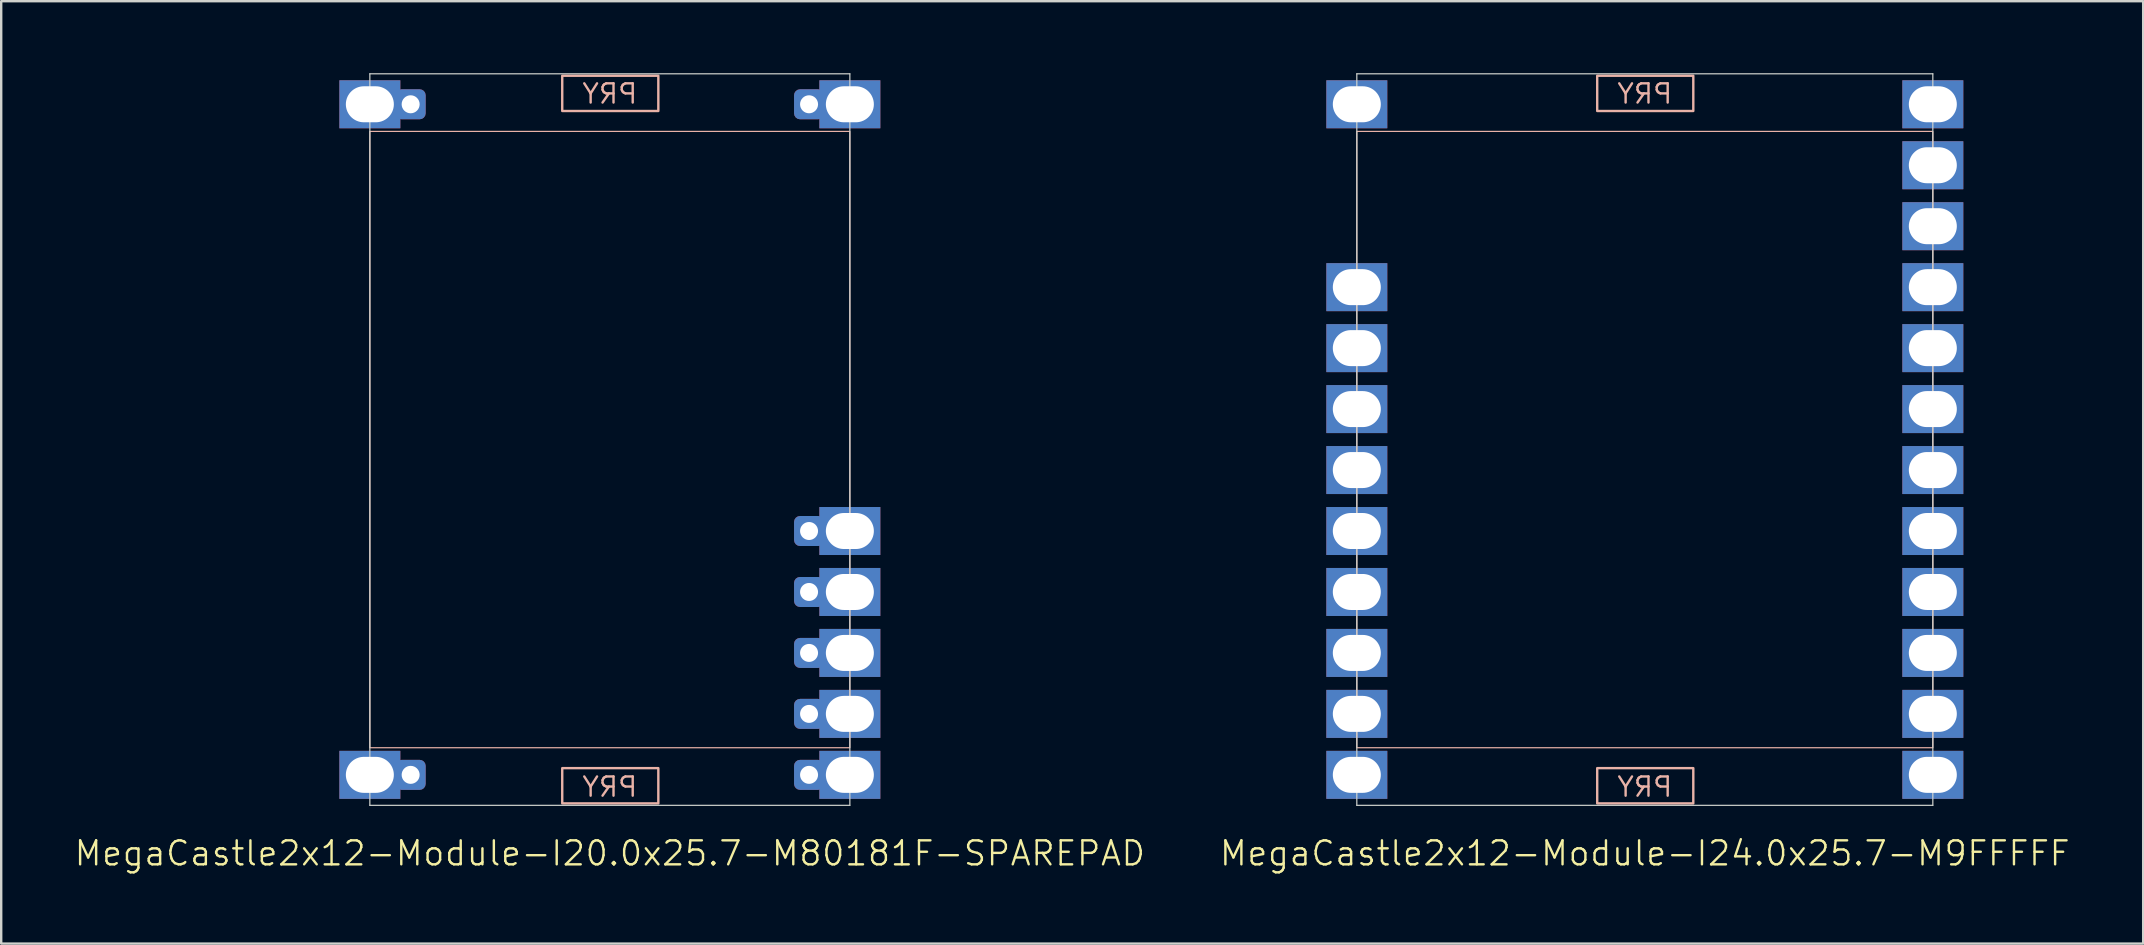
<source format=kicad_pcb>
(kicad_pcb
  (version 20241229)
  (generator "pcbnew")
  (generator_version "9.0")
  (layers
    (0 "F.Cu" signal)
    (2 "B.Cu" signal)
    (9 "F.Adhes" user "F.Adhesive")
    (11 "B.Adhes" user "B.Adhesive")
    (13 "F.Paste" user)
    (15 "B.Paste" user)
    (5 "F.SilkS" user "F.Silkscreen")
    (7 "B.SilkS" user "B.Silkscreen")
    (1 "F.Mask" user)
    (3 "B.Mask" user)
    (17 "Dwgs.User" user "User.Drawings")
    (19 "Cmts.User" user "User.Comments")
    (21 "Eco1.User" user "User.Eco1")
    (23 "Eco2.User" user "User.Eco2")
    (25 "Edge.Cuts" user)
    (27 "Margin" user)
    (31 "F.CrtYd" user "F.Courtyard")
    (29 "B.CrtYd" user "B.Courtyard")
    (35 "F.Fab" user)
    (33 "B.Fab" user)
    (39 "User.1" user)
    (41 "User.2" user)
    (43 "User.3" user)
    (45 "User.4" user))
  (footprint "MegaCastle2x12-Module-I20.0x25.7-M80181F-SPAREPAD"
    (layer "F.Cu")
    (at 22.36 15.265)
    (property "Reference" "MegaCastle2x12-Module-I20.0x25.7-M80181F-SPAREPAD" (at 0 17.24 0) (unlocked yes) (layer "F.SilkS") (effects (font (size 1 1) (thickness 0.1))))
    (attr smd)
    (fp_rect (start -10 12.84) (end 10 -12.84) (stroke (width 0.05) (type default)) (fill no) (layer "B.SilkS"))
    (fp_rect (start -1.984 -13.691) (end 2.02 -15.16) (stroke (width 0.1) (type default)) (fill no) (layer "B.SilkS"))
    (fp_rect (start -1.984 13.691) (end 2.02 15.16) (stroke (width 0.1) (type default)) (fill no) (layer "B.SilkS"))
    (fp_line (start -10 -15.24) (end -10 15.24) (stroke (width 0.05) (type default)) (layer "Edge.Cuts"))
    (fp_line (start -10 -15.24) (end 10 -15.24) (stroke (width 0.05) (type default)) (layer "Edge.Cuts"))
    (fp_line (start -10 15.24) (end 10 15.24) (stroke (width 0.05) (type default)) (layer "Edge.Cuts"))
    (fp_line (start 10 -15.24) (end 10 15.24) (stroke (width 0.05) (type default)) (layer "Edge.Cuts"))
    (fp_text user "PRY" (at 0 14.94 0) (unlocked yes) (layer "B.SilkS") (effects (font (size 0.8 0.8) (thickness 0.1)) (justify bottom mirror)))
    (fp_text user "PRY" (at 0 -13.94 0) (unlocked yes) (layer "B.SilkS") (effects (font (size 0.8 0.8) (thickness 0.1)) (justify bottom mirror)))
    (pad "1" thru_hole rect (at -10 -13.97) (size 2.54 2) (drill oval 2 1.5) (property pad_prop_castellated) (layers "*.Cu" "*.Mask"))
    (pad "1" thru_hole roundrect (at -8.3 -13.97 180) (size 1.25 1.25) (drill 0.75) (layers "*.Cu" "*.Mask") (roundrect_rratio 0.2))
    (pad "12" thru_hole rect (at -10 13.97) (size 2.54 2) (drill oval 2 1.5) (property pad_prop_castellated) (layers "*.Cu" "*.Mask"))
    (pad "12" thru_hole roundrect (at -8.3 13.97 180) (size 1.25 1.25) (drill 0.75) (layers "*.Cu" "*.Mask") (roundrect_rratio 0.2))
    (pad "13" thru_hole roundrect (at 8.3 -13.97 180) (size 1.25 1.25) (drill 0.75) (layers "*.Cu" "*.Mask") (roundrect_rratio 0.2))
    (pad "13" thru_hole rect (at 10 -13.97) (size 2.54 2) (drill oval 2 1.5) (property pad_prop_castellated) (layers "*.Cu" "*.Mask"))
    (pad "20" thru_hole roundrect (at 8.3 3.81 180) (size 1.25 1.25) (drill 0.75) (layers "*.Cu" "*.Mask") (roundrect_rratio 0.2))
    (pad "20" thru_hole rect (at 10 3.81) (size 2.54 2) (drill oval 2 1.5) (property pad_prop_castellated) (layers "*.Cu" "*.Mask"))
    (pad "21" thru_hole roundrect (at 8.3 6.35 180) (size 1.25 1.25) (drill 0.75) (layers "*.Cu" "*.Mask") (roundrect_rratio 0.2))
    (pad "21" thru_hole rect (at 10 6.35) (size 2.54 2) (drill oval 2 1.5) (property pad_prop_castellated) (layers "*.Cu" "*.Mask"))
    (pad "22" thru_hole roundrect (at 8.3 8.89 180) (size 1.25 1.25) (drill 0.75) (layers "*.Cu" "*.Mask") (roundrect_rratio 0.2))
    (pad "22" thru_hole rect (at 10 8.89) (size 2.54 2) (drill oval 2 1.5) (property pad_prop_castellated) (layers "*.Cu" "*.Mask"))
    (pad "23" thru_hole roundrect (at 8.3 11.43 180) (size 1.25 1.25) (drill 0.75) (layers "*.Cu" "*.Mask") (roundrect_rratio 0.2))
    (pad "23" thru_hole rect (at 10 11.43) (size 2.54 2) (drill oval 2 1.5) (property pad_prop_castellated) (layers "*.Cu" "*.Mask"))
    (pad "24" thru_hole roundrect (at 8.3 13.97 180) (size 1.25 1.25) (drill 0.75) (layers "*.Cu" "*.Mask") (roundrect_rratio 0.2))
    (pad "24" thru_hole rect (at 10 13.97) (size 2.54 2) (drill oval 2 1.5) (property pad_prop_castellated) (layers "*.Cu" "*.Mask"))
    (zone (net_name "") (layer "B.Cu") (hatch edge 0.5) (connect_pads) (min_thickness 0.25) (filled_areas_thickness no) (keepout (tracks allowed) (vias allowed) (pads allowed) (copperpour allowed) (footprints not_allowed)) (placement (enabled no)) (fill) (polygon (pts (xy 12.36 30.505) (xy 12.36 0.025))))
    (zone (net_name "") (layer "B.Cu") (hatch edge 0.5) (connect_pads) (min_thickness 0.25) (filled_areas_thickness no) (keepout (tracks allowed) (vias allowed) (pads allowed) (copperpour allowed) (footprints not_allowed)) (placement (enabled no)) (fill) (polygon (pts (xy 32.36 30.505) (xy 32.36 0.025))))
    (zone (net_name "") (layer "B.Cu") (hatch edge 0.5) (connect_pads) (min_thickness 0.25) (filled_areas_thickness no) (keepout (tracks allowed) (vias allowed) (pads allowed) (copperpour allowed) (footprints not_allowed)) (placement (enabled no)) (fill) (polygon (pts (xy 12.36 0.025) (xy 12.36 2.425) (xy 32.36 2.425) (xy 32.36 0.025))))
    (zone (net_name "") (layer "B.Cu") (hatch edge 0.5) (connect_pads) (min_thickness 0.25) (filled_areas_thickness no) (keepout (tracks allowed) (vias allowed) (pads allowed) (copperpour allowed) (footprints not_allowed)) (placement (enabled no)) (fill) (polygon (pts (xy 12.36 30.505) (xy 12.36 28.105) (xy 32.36 28.105) (xy 32.36 30.505))))
    (zone (net_name "") (layer "B.Cu") (name "Upper Pry Zone") (hatch edge 0.5) (connect_pads) (min_thickness 0.25) (filled_areas_thickness no) (keepout (tracks not_allowed) (vias not_allowed) (pads not_allowed) (copperpour allowed) (footprints not_allowed)) (placement (enabled no)) (fill) (polygon (pts (xy 20.375 1.574) (xy 20.375 0.105) (xy 24.379 0.105) (xy 24.379 1.574))))
    (zone (net_name "") (layer "B.Cu") (name "Upper Pry Zone") (hatch edge 0.5) (connect_pads) (min_thickness 0.25) (filled_areas_thickness no) (keepout (tracks not_allowed) (vias not_allowed) (pads not_allowed) (copperpour allowed) (footprints not_allowed)) (placement (enabled no)) (fill) (polygon (pts (xy 20.375 28.956) (xy 20.375 30.425) (xy 24.379 30.425) (xy 24.379 28.956)))))
  (footprint "MegaCastle2x12-Module-I24.0x25.7-M9FFFFF"
    (layer "F.Cu")
    (at 65.483 15.265)
    (property "Reference" "MegaCastle2x12-Module-I24.0x25.7-M9FFFFF" (at 0 17.24 0) (unlocked yes) (layer "F.SilkS") (effects (font (size 1 1) (thickness 0.1))))
    (attr smd)
    (fp_rect (start -12 12.84) (end 12 -12.84) (stroke (width 0.05) (type default)) (fill no) (layer "B.SilkS"))
    (fp_rect (start -1.984 -13.691) (end 2.02 -15.16) (stroke (width 0.1) (type default)) (fill no) (layer "B.SilkS"))
    (fp_rect (start -1.984 13.691) (end 2.02 15.16) (stroke (width 0.1) (type default)) (fill no) (layer "B.SilkS"))
    (fp_line (start -12 -15.24) (end -12 15.24) (stroke (width 0.05) (type default)) (layer "Edge.Cuts"))
    (fp_line (start -12 -15.24) (end 12 -15.24) (stroke (width 0.05) (type default)) (layer "Edge.Cuts"))
    (fp_line (start -12 15.24) (end 12 15.24) (stroke (width 0.05) (type default)) (layer "Edge.Cuts"))
    (fp_line (start 12 -15.24) (end 12 15.24) (stroke (width 0.05) (type default)) (layer "Edge.Cuts"))
    (fp_text user "PRY" (at 0 -13.94 0) (unlocked yes) (layer "B.SilkS") (effects (font (size 0.8 0.8) (thickness 0.1)) (justify bottom mirror)))
    (fp_text user "PRY" (at 0 14.94 0) (unlocked yes) (layer "B.SilkS") (effects (font (size 0.8 0.8) (thickness 0.1)) (justify bottom mirror)))
    (pad "1" thru_hole rect (at -12 -13.97) (size 2.54 2) (drill oval 2 1.5) (property pad_prop_castellated) (layers "*.Cu" "*.Mask"))
    (pad "4" thru_hole rect (at -12 -6.35) (size 2.54 2) (drill oval 2 1.5) (property pad_prop_castellated) (layers "*.Cu" "*.Mask"))
    (pad "5" thru_hole rect (at -12 -3.81) (size 2.54 2) (drill oval 2 1.5) (property pad_prop_castellated) (layers "*.Cu" "*.Mask"))
    (pad "6" thru_hole rect (at -12 -1.27) (size 2.54 2) (drill oval 2 1.5) (property pad_prop_castellated) (layers "*.Cu" "*.Mask"))
    (pad "7" thru_hole rect (at -12 1.27) (size 2.54 2) (drill oval 2 1.5) (property pad_prop_castellated) (layers "*.Cu" "*.Mask"))
    (pad "8" thru_hole rect (at -12 3.81) (size 2.54 2) (drill oval 2 1.5) (property pad_prop_castellated) (layers "*.Cu" "*.Mask"))
    (pad "9" thru_hole rect (at -12 6.35) (size 2.54 2) (drill oval 2 1.5) (property pad_prop_castellated) (layers "*.Cu" "*.Mask"))
    (pad "10" thru_hole rect (at -12 8.89) (size 2.54 2) (drill oval 2 1.5) (property pad_prop_castellated) (layers "*.Cu" "*.Mask"))
    (pad "11" thru_hole rect (at -12 11.43) (size 2.54 2) (drill oval 2 1.5) (property pad_prop_castellated) (layers "*.Cu" "*.Mask"))
    (pad "12" thru_hole rect (at -12 13.97) (size 2.54 2) (drill oval 2 1.5) (property pad_prop_castellated) (layers "*.Cu" "*.Mask"))
    (pad "13" thru_hole rect (at 12 -13.97) (size 2.54 2) (drill oval 2 1.5) (property pad_prop_castellated) (layers "*.Cu" "*.Mask"))
    (pad "14" thru_hole rect (at 12 -11.43) (size 2.54 2) (drill oval 2 1.5) (property pad_prop_castellated) (layers "*.Cu" "*.Mask"))
    (pad "15" thru_hole rect (at 12 -8.89) (size 2.54 2) (drill oval 2 1.5) (property pad_prop_castellated) (layers "*.Cu" "*.Mask"))
    (pad "16" thru_hole rect (at 12 -6.35) (size 2.54 2) (drill oval 2 1.5) (property pad_prop_castellated) (layers "*.Cu" "*.Mask"))
    (pad "17" thru_hole rect (at 12 -3.81) (size 2.54 2) (drill oval 2 1.5) (property pad_prop_castellated) (layers "*.Cu" "*.Mask"))
    (pad "18" thru_hole rect (at 12 -1.27) (size 2.54 2) (drill oval 2 1.5) (property pad_prop_castellated) (layers "*.Cu" "*.Mask"))
    (pad "19" thru_hole rect (at 12 1.27) (size 2.54 2) (drill oval 2 1.5) (property pad_prop_castellated) (layers "*.Cu" "*.Mask"))
    (pad "20" thru_hole rect (at 12 3.81) (size 2.54 2) (drill oval 2 1.5) (property pad_prop_castellated) (layers "*.Cu" "*.Mask"))
    (pad "21" thru_hole rect (at 12 6.35) (size 2.54 2) (drill oval 2 1.5) (property pad_prop_castellated) (layers "*.Cu" "*.Mask"))
    (pad "22" thru_hole rect (at 12 8.89) (size 2.54 2) (drill oval 2 1.5) (property pad_prop_castellated) (layers "*.Cu" "*.Mask"))
    (pad "23" thru_hole rect (at 12 11.43) (size 2.54 2) (drill oval 2 1.5) (property pad_prop_castellated) (layers "*.Cu" "*.Mask"))
    (pad "24" thru_hole rect (at 12 13.97) (size 2.54 2) (drill oval 2 1.5) (property pad_prop_castellated) (layers "*.Cu" "*.Mask"))
    (zone (net_name "") (layer "B.Cu") (hatch edge 0.5) (connect_pads) (min_thickness 0.25) (filled_areas_thickness no) (keepout (tracks allowed) (vias allowed) (pads allowed) (copperpour allowed) (footprints not_allowed)) (placement (enabled no)) (fill) (polygon (pts (xy 53.483 30.505) (xy 53.483 0.025))))
    (zone (net_name "") (layer "B.Cu") (hatch edge 0.5) (connect_pads) (min_thickness 0.25) (filled_areas_thickness no) (keepout (tracks allowed) (vias allowed) (pads allowed) (copperpour allowed) (footprints not_allowed)) (placement (enabled no)) (fill) (polygon (pts (xy 77.483 30.505) (xy 77.483 0.025))))
    (zone (net_name "") (layer "B.Cu") (hatch edge 0.5) (connect_pads) (min_thickness 0.25) (filled_areas_thickness no) (keepout (tracks allowed) (vias allowed) (pads allowed) (copperpour allowed) (footprints not_allowed)) (placement (enabled no)) (fill) (polygon (pts (xy 53.483 0.025) (xy 53.483 2.425) (xy 77.483 2.425) (xy 77.483 0.025))))
    (zone (net_name "") (layer "B.Cu") (hatch edge 0.5) (connect_pads) (min_thickness 0.25) (filled_areas_thickness no) (keepout (tracks allowed) (vias allowed) (pads allowed) (copperpour allowed) (footprints not_allowed)) (placement (enabled no)) (fill) (polygon (pts (xy 53.483 30.505) (xy 53.483 28.105) (xy 77.483 28.105) (xy 77.483 30.505))))
    (zone (net_name "") (layer "B.Cu") (name "Upper Pry Zone") (hatch edge 0.5) (connect_pads) (min_thickness 0.25) (filled_areas_thickness no) (keepout (tracks not_allowed) (vias not_allowed) (pads not_allowed) (copperpour allowed) (footprints not_allowed)) (placement (enabled no)) (fill) (polygon (pts (xy 63.499 1.574) (xy 63.499 0.105) (xy 67.503 0.105) (xy 67.503 1.574))))
    (zone (net_name "") (layer "B.Cu") (name "Upper Pry Zone") (hatch edge 0.5) (connect_pads) (min_thickness 0.25) (filled_areas_thickness no) (keepout (tracks not_allowed) (vias not_allowed) (pads not_allowed) (copperpour allowed) (footprints not_allowed)) (placement (enabled no)) (fill) (polygon (pts (xy 63.499 28.956) (xy 63.499 30.425) (xy 67.503 30.425) (xy 67.503 28.956)))))
  (gr_rect
    (start -3 -3)
    (end 86.248 36.266)
    (stroke (width 0.1) (type default))
    (fill no)
    (layer "Edge.Cuts")))
</source>
